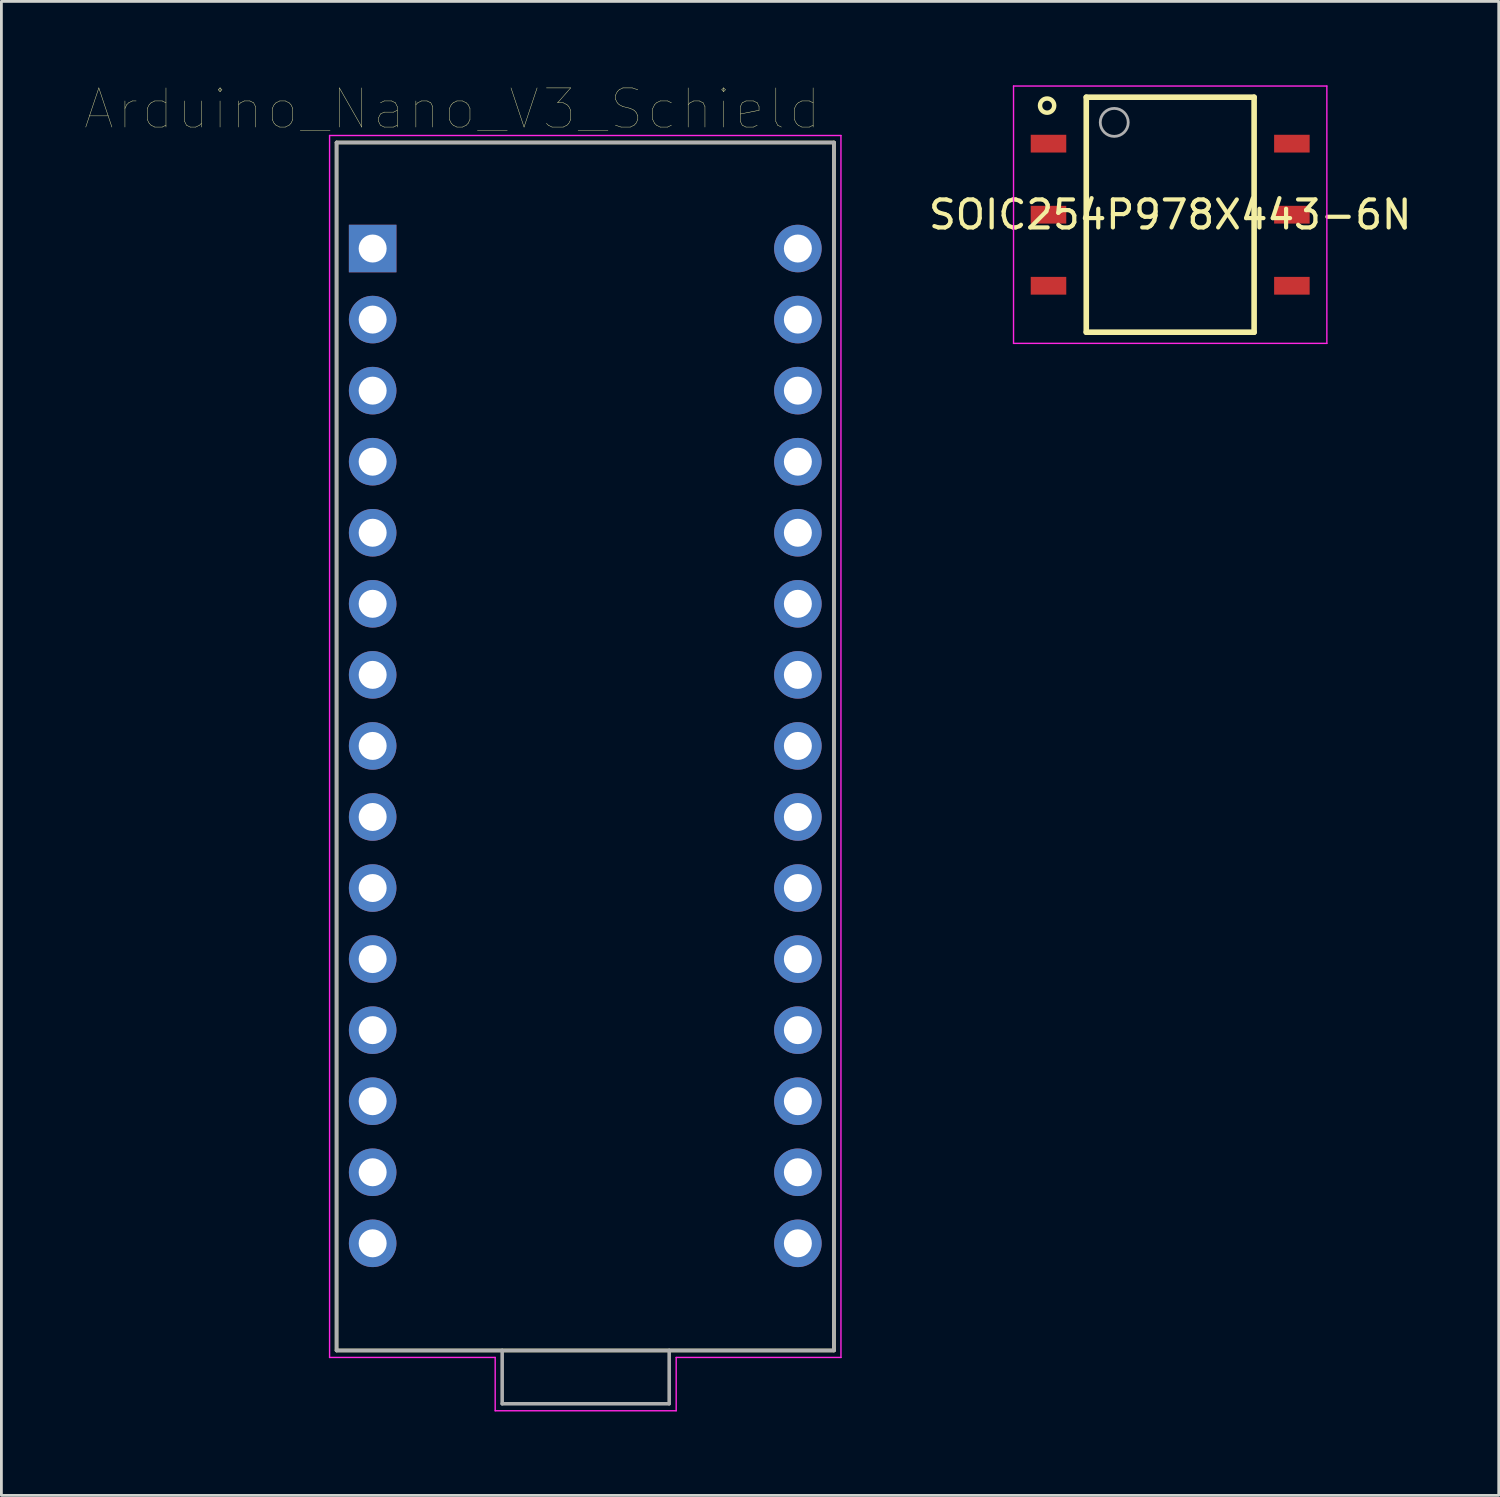
<source format=kicad_pcb>
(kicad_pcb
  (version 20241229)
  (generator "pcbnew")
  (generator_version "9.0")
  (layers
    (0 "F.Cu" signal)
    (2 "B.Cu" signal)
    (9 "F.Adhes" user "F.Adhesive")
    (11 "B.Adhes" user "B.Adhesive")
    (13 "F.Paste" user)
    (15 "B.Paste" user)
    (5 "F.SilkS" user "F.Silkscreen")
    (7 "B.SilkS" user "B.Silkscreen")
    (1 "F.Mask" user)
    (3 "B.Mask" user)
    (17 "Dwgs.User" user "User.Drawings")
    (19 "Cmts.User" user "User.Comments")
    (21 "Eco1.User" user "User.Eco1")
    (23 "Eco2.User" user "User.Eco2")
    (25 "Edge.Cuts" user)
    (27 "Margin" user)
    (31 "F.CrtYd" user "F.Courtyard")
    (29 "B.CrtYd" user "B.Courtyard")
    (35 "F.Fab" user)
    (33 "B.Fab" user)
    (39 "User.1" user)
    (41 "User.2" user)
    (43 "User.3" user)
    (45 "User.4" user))
  (footprint "Arduino_Nano_V3_Schield"
    (layer "F.Cu")
    (at 17.871 23.634)
    (property "Reference" "Arduino_Nano_V3_Schield" (at -4.755 -22.789 0) (layer "F.SilkS") (effects (font (size 1.4 1.4) (thickness 0.015))))
    (attr through_hole)
    (fp_line (start -8.89 -21.59) (end 8.89 -21.59) (stroke (width 0.127) (type solid)) (layer "F.SilkS"))
    (fp_line (start -8.89 21.59) (end -8.89 -21.59) (stroke (width 0.127) (type solid)) (layer "F.SilkS"))
    (fp_line (start 8.89 -21.59) (end 8.89 21.59) (stroke (width 0.127) (type solid)) (layer "F.SilkS"))
    (fp_line (start 8.89 21.59) (end -8.89 21.59) (stroke (width 0.127) (type solid)) (layer "F.SilkS"))
    (fp_line (start -9.14 -21.84) (end 9.14 -21.84) (stroke (width 0.05) (type solid)) (layer "F.CrtYd"))
    (fp_line (start -9.14 21.84) (end -9.14 -21.84) (stroke (width 0.05) (type solid)) (layer "F.CrtYd"))
    (fp_line (start -9.14 21.84) (end -3.22 21.84) (stroke (width 0.05) (type solid)) (layer "F.CrtYd"))
    (fp_line (start -3.22 21.84) (end -3.22 23.745) (stroke (width 0.05) (type solid)) (layer "F.CrtYd"))
    (fp_line (start -3.22 23.745) (end 3.25 23.745) (stroke (width 0.05) (type solid)) (layer "F.CrtYd"))
    (fp_line (start 3.25 21.84) (end 9.14 21.84) (stroke (width 0.05) (type solid)) (layer "F.CrtYd"))
    (fp_line (start 3.25 23.745) (end 3.25 21.84) (stroke (width 0.05) (type solid)) (layer "F.CrtYd"))
    (fp_line (start 9.14 -21.84) (end 9.14 21.84) (stroke (width 0.05) (type solid)) (layer "F.CrtYd"))
    (fp_line (start -8.89 -21.59) (end 8.89 -21.59) (stroke (width 0.127) (type solid)) (layer "F.Fab"))
    (fp_line (start -8.89 21.59) (end -8.89 -21.59) (stroke (width 0.127) (type solid)) (layer "F.Fab"))
    (fp_line (start -2.97 21.59) (end -8.89 21.59) (stroke (width 0.127) (type solid)) (layer "F.Fab"))
    (fp_line (start -2.97 21.59) (end -2.97 23.495) (stroke (width 0.127) (type solid)) (layer "F.Fab"))
    (fp_line (start -2.97 23.495) (end 3 23.495) (stroke (width 0.127) (type solid)) (layer "F.Fab"))
    (fp_line (start 3 21.59) (end -2.97 21.59) (stroke (width 0.127) (type solid)) (layer "F.Fab"))
    (fp_line (start 3 23.495) (end 3 21.59) (stroke (width 0.127) (type solid)) (layer "F.Fab"))
    (fp_line (start 8.89 -21.59) (end 8.89 21.59) (stroke (width 0.127) (type solid)) (layer "F.Fab"))
    (fp_line (start 8.89 21.59) (end 3 21.59) (stroke (width 0.127) (type solid)) (layer "F.Fab"))
    (pad "1" thru_hole rect (at -7.6 -17.8) (size 1.7 1.7) (drill 1) (layers "*.Cu" "*.Mask"))
    (pad "2" thru_hole oval (at -7.6 -15.26) (size 1.7 1.7) (drill 1) (layers "*.Cu" "*.Mask"))
    (pad "3" thru_hole oval (at -7.6 -12.72) (size 1.7 1.7) (drill 1) (layers "*.Cu" "*.Mask"))
    (pad "4" thru_hole oval (at -7.6 -10.18) (size 1.7 1.7) (drill 1) (layers "*.Cu" "*.Mask"))
    (pad "5" thru_hole oval (at -7.6 -7.64) (size 1.7 1.7) (drill 1) (layers "*.Cu" "*.Mask"))
    (pad "6" thru_hole oval (at -7.6 -5.1) (size 1.7 1.7) (drill 1) (layers "*.Cu" "*.Mask"))
    (pad "7" thru_hole oval (at -7.6 -2.56) (size 1.7 1.7) (drill 1) (layers "*.Cu" "*.Mask"))
    (pad "8" thru_hole oval (at -7.6 -0.02) (size 1.7 1.7) (drill 1) (layers "*.Cu" "*.Mask"))
    (pad "9" thru_hole oval (at -7.6 2.52) (size 1.7 1.7) (drill 1) (layers "*.Cu" "*.Mask"))
    (pad "10" thru_hole oval (at -7.6 5.06) (size 1.7 1.7) (drill 1) (layers "*.Cu" "*.Mask"))
    (pad "11" thru_hole oval (at -7.6 7.6) (size 1.7 1.7) (drill 1) (layers "*.Cu" "*.Mask"))
    (pad "12" thru_hole oval (at -7.6 10.14) (size 1.7 1.7) (drill 1) (layers "*.Cu" "*.Mask"))
    (pad "13" thru_hole oval (at -7.6 12.68) (size 1.7 1.7) (drill 1) (layers "*.Cu" "*.Mask"))
    (pad "14" thru_hole oval (at -7.6 15.22) (size 1.7 1.7) (drill 1) (layers "*.Cu" "*.Mask"))
    (pad "15" thru_hole oval (at -7.6 17.76) (size 1.7 1.7) (drill 1) (layers "*.Cu" "*.Mask"))
    (pad "16" thru_hole oval (at 7.6 17.76) (size 1.7 1.7) (drill 1) (layers "*.Cu" "*.Mask"))
    (pad "17" thru_hole oval (at 7.6 15.22) (size 1.7 1.7) (drill 1) (layers "*.Cu" "*.Mask"))
    (pad "18" thru_hole oval (at 7.6 12.68) (size 1.7 1.7) (drill 1) (layers "*.Cu" "*.Mask"))
    (pad "19" thru_hole oval (at 7.6 10.14) (size 1.7 1.7) (drill 1) (layers "*.Cu" "*.Mask"))
    (pad "20" thru_hole oval (at 7.6 7.6) (size 1.7 1.7) (drill 1) (layers "*.Cu" "*.Mask"))
    (pad "21" thru_hole oval (at 7.6 5.06) (size 1.7 1.7) (drill 1) (layers "*.Cu" "*.Mask"))
    (pad "22" thru_hole oval (at 7.6 2.52) (size 1.7 1.7) (drill 1) (layers "*.Cu" "*.Mask"))
    (pad "23" thru_hole oval (at 7.6 -0.02) (size 1.7 1.7) (drill 1) (layers "*.Cu" "*.Mask"))
    (pad "24" thru_hole oval (at 7.6 -2.56) (size 1.7 1.7) (drill 1) (layers "*.Cu" "*.Mask"))
    (pad "25" thru_hole oval (at 7.6 -5.1) (size 1.7 1.7) (drill 1) (layers "*.Cu" "*.Mask"))
    (pad "26" thru_hole oval (at 7.6 -7.64) (size 1.7 1.7) (drill 1) (layers "*.Cu" "*.Mask"))
    (pad "27" thru_hole oval (at 7.6 -10.18) (size 1.7 1.7) (drill 1) (layers "*.Cu" "*.Mask"))
    (pad "28" thru_hole oval (at 7.6 -12.72) (size 1.7 1.7) (drill 1) (layers "*.Cu" "*.Mask"))
    (pad "29" thru_hole oval (at 7.6 -15.26) (size 1.7 1.7) (drill 1) (layers "*.Cu" "*.Mask"))
    (pad "30" thru_hole oval (at 7.6 -17.8) (size 1.7 1.7) (drill 1) (layers "*.Cu" "*.Mask")))
  (footprint "SOIC254P978X443-6N"
    (layer "F.Cu")
    (at 38.78 4.625)
    (property "Reference" "SOIC254P978X443-6N" (at 0 0 180) (layer "F.SilkS") (effects (font (size 1 1) (thickness 0.15))))
    (attr through_hole)
    (fp_line (start -3 -4.2) (end 3 -4.2) (stroke (width 0.2) (type solid)) (layer "F.SilkS"))
    (fp_line (start -3 4.2) (end -3 -4.2) (stroke (width 0.2) (type solid)) (layer "F.SilkS"))
    (fp_line (start 3 -4.2) (end 3 4.2) (stroke (width 0.2) (type solid)) (layer "F.SilkS"))
    (fp_line (start 3 4.2) (end -3 4.2) (stroke (width 0.2) (type solid)) (layer "F.SilkS"))
    (fp_circle (center -4.4 -3.9) (end -4.176 -3.9) (stroke (width 0.1) (type solid)) (fill no) (layer "F.SilkS"))
    (fp_circle (center -4.4 -3.9) (end -4.117 -3.9) (stroke (width 0.1) (type solid)) (fill no) (layer "F.SilkS"))
    (fp_line (start -5.6 -4.6) (end 5.6 -4.6) (stroke (width 0.05) (type solid)) (layer "F.CrtYd"))
    (fp_line (start -5.6 4.6) (end -5.6 -4.6) (stroke (width 0.05) (type solid)) (layer "F.CrtYd"))
    (fp_line (start 5.6 -4.6) (end 5.6 4.6) (stroke (width 0.05) (type solid)) (layer "F.CrtYd"))
    (fp_line (start 5.6 4.6) (end -5.6 4.6) (stroke (width 0.05) (type solid)) (layer "F.CrtYd"))
    (fp_circle (center -2 -3.3) (end -1.5 -3.3) (stroke (width 0.1) (type solid)) (fill no) (layer "F.Fab"))
    (pad "1" smd rect (at -4.35 -2.54) (size 1.27 0.635) (layers "F.Cu" "F.Mask" "F.Paste"))
    (pad "2" smd rect (at -4.35 0) (size 1.27 0.635) (layers "F.Cu" "F.Mask" "F.Paste"))
    (pad "3" smd rect (at -4.35 2.54) (size 1.27 0.635) (layers "F.Cu" "F.Mask" "F.Paste"))
    (pad "4" smd rect (at 4.35 2.54) (size 1.27 0.635) (layers "F.Cu" "F.Mask" "F.Paste"))
    (pad "5" smd rect (at 4.35 0) (size 1.27 0.635) (layers "F.Cu" "F.Mask" "F.Paste"))
    (pad "6" smd rect (at 4.35 -2.54) (size 1.27 0.635) (layers "F.Cu" "F.Mask" "F.Paste")))
  (gr_rect
    (start -3 -3)
    (end 50.524 50.404)
    (stroke (width 0.1) (type default))
    (fill no)
    (layer "Edge.Cuts")))
</source>
